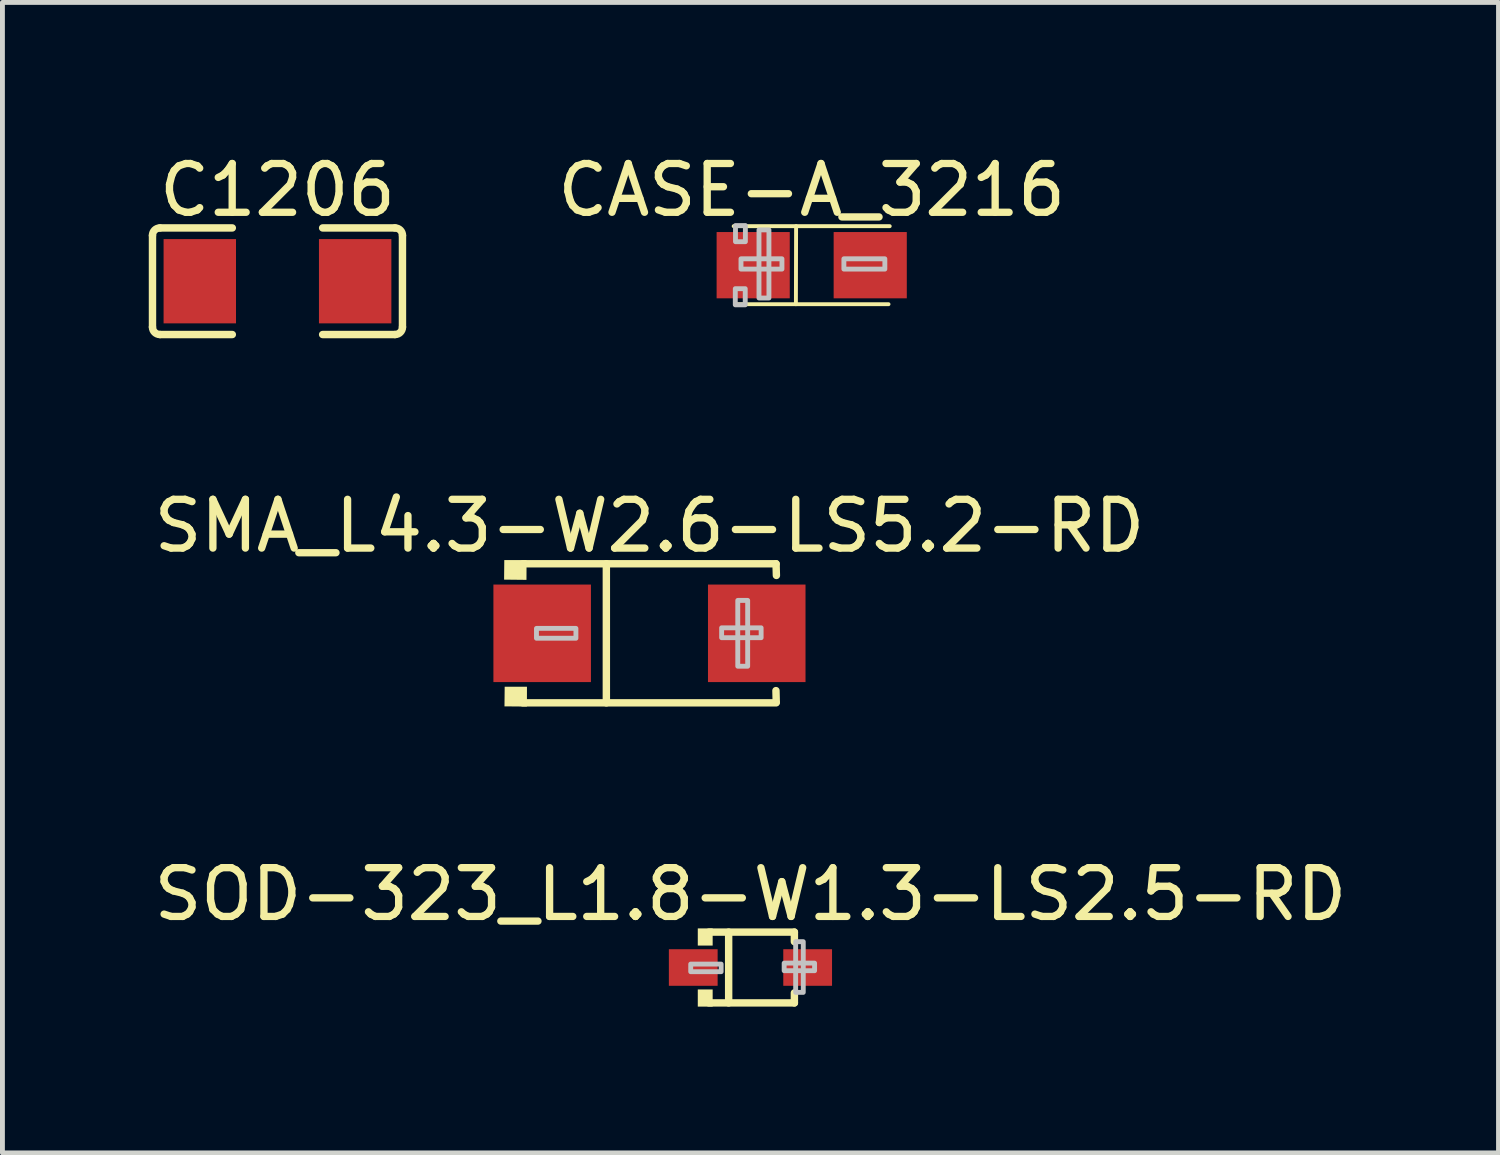
<source format=kicad_pcb>
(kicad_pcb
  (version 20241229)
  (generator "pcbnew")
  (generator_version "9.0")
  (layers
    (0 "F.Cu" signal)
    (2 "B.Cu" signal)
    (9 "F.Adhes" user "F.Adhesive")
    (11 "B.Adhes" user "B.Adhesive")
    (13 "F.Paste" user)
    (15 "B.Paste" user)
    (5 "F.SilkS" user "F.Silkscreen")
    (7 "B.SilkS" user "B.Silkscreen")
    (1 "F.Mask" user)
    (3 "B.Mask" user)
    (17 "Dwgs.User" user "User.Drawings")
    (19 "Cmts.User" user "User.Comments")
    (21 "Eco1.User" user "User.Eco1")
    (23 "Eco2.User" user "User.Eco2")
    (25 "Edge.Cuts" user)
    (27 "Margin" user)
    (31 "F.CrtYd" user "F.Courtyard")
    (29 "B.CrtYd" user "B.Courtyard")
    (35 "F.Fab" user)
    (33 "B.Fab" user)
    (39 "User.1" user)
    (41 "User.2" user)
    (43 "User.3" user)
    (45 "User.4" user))
  (footprint "CASE-A_3216"
    (layer "F.Cu")
    (at 13.595 2.388)
    (property "Reference" "CASE-A_3216" (at 0 -1.54 0) (layer "F.SilkS") (effects (font (size 1 1) (thickness 0.15))))
    (fp_line (start -1.6 -0.8) (end 1.6 -0.8) (stroke (width 0.08) (type default)) (layer "F.SilkS"))
    (fp_line (start -1.575 0.8) (end 1.575 0.8) (stroke (width 0.08) (type default)) (layer "F.SilkS"))
    (fp_line (start -0.324 0.8) (end -0.32 -0.8) (stroke (width 0.08) (type default)) (layer "F.SilkS"))
    (fp_poly (pts (xy -1.563 -0.813) (xy -1.36 -0.813) (xy -1.36 -0.482) (xy -1.563 -0.482)) (stroke (width 0.1) (type default)) (fill no) (layer "Dwgs.User"))
    (fp_poly (pts (xy -1.363 0.813) (xy -1.567 0.813) (xy -1.567 0.482) (xy -1.363 0.482)) (stroke (width 0.1) (type default)) (fill no) (layer "Dwgs.User"))
    (fp_poly (pts (xy -1.081 -0.724) (xy -0.877 -0.724) (xy -0.877 0.673) (xy -1.081 0.673)) (stroke (width 0.1) (type default)) (fill no) (layer "Dwgs.User"))
    (fp_poly (pts (xy -0.61 -0.131) (xy -0.61 0.08) (xy -1.45 0.08) (xy -1.45 -0.131)) (stroke (width 0.1) (type default)) (fill no) (layer "Dwgs.User"))
    (fp_poly (pts (xy 1.5 -0.131) (xy 1.5 0.08) (xy 0.66 0.08) (xy 0.66 -0.131)) (stroke (width 0.1) (type default)) (fill no) (layer "Dwgs.User"))
    (fp_poly (pts (xy -0.8 -0.625) (xy -0.8 0.575) (xy -1.6 0.575) (xy -1.6 -0.625)) (stroke (width 0.1) (type default)) (fill no) (layer "User.1"))
    (fp_poly (pts (xy 1.6 -0.625) (xy 1.6 0.575) (xy 0.8 0.575) (xy 0.8 -0.625)) (stroke (width 0.1) (type default)) (fill no) (layer "User.1"))
    (fp_line (start -1.6 -0.8) (end 1.6 -0.8) (stroke (width 0.051) (type default)) (layer "User.2"))
    (fp_line (start -1.6 0.8) (end -1.6 -0.8) (stroke (width 0.051) (type default)) (layer "User.2"))
    (fp_line (start 1.6 -0.8) (end 1.6 0.8) (stroke (width 0.051) (type default)) (layer "User.2"))
    (fp_line (start 1.6 0.8) (end -1.6 0.8) (stroke (width 0.051) (type default)) (layer "User.2"))
    (fp_poly (pts (xy -1.545 0.777) (xy -1.577 0.745) (xy -1.623 0.745) (xy -1.655 0.777) (xy -1.655 0.823) (xy -1.623 0.855) (xy -1.577 0.855) (xy -1.545 0.823)) (stroke (width 0.1) (type default)) (fill no) (layer "User.3"))
    (pad "1" smd rect (at -1.2 0) (size 1.5 1.359) (layers "F.Cu" "F.Mask" "F.Paste"))
    (pad "2" smd rect (at 1.2 0) (size 1.5 1.359) (layers "F.Cu" "F.Mask" "F.Paste")))
  (footprint "C1206"
    (layer "F.Cu")
    (at 2.64 2.717)
    (property "Reference" "C1206" (at 0 -1.869 0) (layer "F.SilkS") (effects (font (size 1 1) (thickness 0.15))))
    (fp_line (start -2.563 0.94) (end -2.563 -0.94) (stroke (width 0.152) (type default)) (layer "F.SilkS"))
    (fp_line (start -2.411 -1.093) (end -0.926 -1.093) (stroke (width 0.152) (type default)) (layer "F.SilkS"))
    (fp_line (start -0.926 1.093) (end -2.411 1.093) (stroke (width 0.152) (type default)) (layer "F.SilkS"))
    (fp_line (start 0.926 1.093) (end 2.411 1.093) (stroke (width 0.152) (type default)) (layer "F.SilkS"))
    (fp_line (start 2.411 -1.093) (end 0.926 -1.093) (stroke (width 0.152) (type default)) (layer "F.SilkS"))
    (fp_line (start 2.563 0.94) (end 2.563 -0.94) (stroke (width 0.152) (type default)) (layer "F.SilkS"))
    (fp_arc (start -2.5635 -0.94) (mid -2.518834 -1.047834) (end -2.411 -1.0925) (stroke (width 0.1525) (type default)) (layer "F.SilkS"))
    (fp_arc (start -2.411 1.0925) (mid -2.518834 1.047834) (end -2.5635 0.94) (stroke (width 0.1525) (type default)) (layer "F.SilkS"))
    (fp_arc (start 2.411 -1.0925) (mid 2.518834 -1.047834) (end 2.5635 -0.94) (stroke (width 0.1525) (type default)) (layer "F.SilkS"))
    (fp_arc (start 2.5635 0.94) (mid 2.518834 1.047834) (end 2.411 1.0925) (stroke (width 0.1525) (type default)) (layer "F.SilkS"))
    (fp_poly (pts (xy -0.85 0.764) (xy -0.85 0.394) (xy -0.95 0.294) (xy -1.255 0.294) (xy -1.355 0.194) (xy -1.355 -0.194) (xy -1.255 -0.294) (xy -0.95 -0.294) (xy -0.85 -0.394) (xy -0.85 -0.764) (xy -0.95 -0.864) (xy -2.235 -0.864) (xy -2.335 -0.764) (xy -2.335 0.764) (xy -2.235 0.864) (xy -0.95 0.864)) (stroke (width 0) (type default)) (fill yes) (layer "F.Paste"))
    (fp_poly (pts (xy 0.85 0.764) (xy 0.85 0.394) (xy 0.95 0.294) (xy 1.255 0.294) (xy 1.355 0.194) (xy 1.355 -0.194) (xy 1.255 -0.294) (xy 0.95 -0.294) (xy 0.85 -0.394) (xy 0.85 -0.764) (xy 0.95 -0.864) (xy 2.235 -0.864) (xy 2.335 -0.764) (xy 2.335 0.764) (xy 2.235 0.864) (xy 0.95 0.864)) (stroke (width 0) (type default)) (fill yes) (layer "F.Paste"))
    (fp_poly (pts (xy -1.6 0.8) (xy -1.6 -0.8) (xy -1.1 -0.8) (xy -1.1 0.8)) (stroke (width 0.1) (type default)) (fill no) (layer "User.1"))
    (fp_poly (pts (xy 1.6 0.8) (xy 1.6 -0.8) (xy 1.1 -0.8) (xy 1.1 0.8)) (stroke (width 0.1) (type default)) (fill no) (layer "User.1"))
    (fp_line (start -1.6 -0.8) (end 1.6 -0.8) (stroke (width 0.051) (type default)) (layer "User.2"))
    (fp_line (start -1.6 0.8) (end -1.6 -0.8) (stroke (width 0.051) (type default)) (layer "User.2"))
    (fp_line (start 1.6 -0.8) (end 1.6 0.8) (stroke (width 0.051) (type default)) (layer "User.2"))
    (fp_line (start 1.6 0.8) (end -1.6 0.8) (stroke (width 0.051) (type default)) (layer "User.2"))
    (fp_poly (pts (xy -1.545 0.777) (xy -1.577 0.745) (xy -1.623 0.745) (xy -1.655 0.777) (xy -1.655 0.823) (xy -1.623 0.855) (xy -1.577 0.855) (xy -1.545 0.823)) (stroke (width 0.1) (type default)) (fill no) (layer "User.3"))
    (pad "1" smd rect (at -1.593 0) (size 1.485 1.728) (layers "F.Cu" "F.Mask" "F.Paste"))
    (pad "2" smd rect (at 1.593 0) (size 1.485 1.728) (layers "F.Cu" "F.Mask" "F.Paste")))
  (footprint "SMA_L4.3-W2.6-LS5.2-RD"
    (layer "F.Cu")
    (at 10.268 9.937)
    (property "Reference" "SMA_L4.3-W2.6-LS5.2-RD" (at 0 -2.203 0) (layer "F.SilkS") (effects (font (size 1 1) (thickness 0.15))))
    (fp_line (start -2.596 -1.426) (end 2.596 -1.426) (stroke (width 0.152) (type default)) (layer "F.SilkS"))
    (fp_line (start -2.596 1.426) (end 2.596 1.426) (stroke (width 0.152) (type default)) (layer "F.SilkS"))
    (fp_line (start -0.884 -1.426) (end -0.884 1.426) (stroke (width 0.152) (type default)) (layer "F.SilkS"))
    (fp_line (start 2.594 1.175) (end 2.6 1.415) (stroke (width 0.152) (type default)) (layer "F.SilkS"))
    (fp_line (start 2.596 -1.426) (end 2.603 -1.187) (stroke (width 0.152) (type default)) (layer "F.SilkS"))
    (fp_poly (pts (xy -2.52 -1.502) (xy -2.522 -1.096) (xy -2.981 -1.101) (xy -2.977 -1.502)) (stroke (width 0) (type default)) (fill yes) (layer "F.SilkS"))
    (fp_poly (pts (xy -2.512 1.096) (xy -2.513 1.502) (xy -2.973 1.498) (xy -2.969 1.096)) (stroke (width 0) (type default)) (fill yes) (layer "F.SilkS"))
    (fp_poly (pts (xy -2.317 0.101) (xy -2.317 -0.101) (xy -1.508 -0.101) (xy -1.508 0.101)) (stroke (width 0.1) (type default)) (fill no) (layer "Dwgs.User"))
    (fp_poly (pts (xy 2.014 0.675) (xy 2.014 -0.675) (xy 1.811 -0.675) (xy 1.811 0.675)) (stroke (width 0.1) (type default)) (fill no) (layer "Dwgs.User"))
    (fp_poly (pts (xy 2.29 0.09) (xy 2.29 -0.113) (xy 1.48 -0.113) (xy 1.48 0.09)) (stroke (width 0.1) (type default)) (fill no) (layer "Dwgs.User"))
    (fp_poly (pts (xy -1.48 -0.725) (xy -1.48 0.725) (xy -2.605 0.725) (xy -2.605 -0.725)) (stroke (width 0.1) (type default)) (fill no) (layer "User.1"))
    (fp_poly (pts (xy 2.605 -0.725) (xy 2.605 0.725) (xy 1.48 0.725) (xy 1.48 -0.725)) (stroke (width 0.1) (type default)) (fill no) (layer "User.1"))
    (fp_line (start -2.16 -1.3) (end 2.16 -1.3) (stroke (width 0.051) (type default)) (layer "User.2"))
    (fp_line (start -2.16 1.3) (end -2.16 -1.3) (stroke (width 0.051) (type default)) (layer "User.2"))
    (fp_line (start 2.16 -1.3) (end 2.16 1.3) (stroke (width 0.051) (type default)) (layer "User.2"))
    (fp_line (start 2.16 1.3) (end -2.16 1.3) (stroke (width 0.051) (type default)) (layer "User.2"))
    (fp_poly (pts (xy -2.55 1.277) (xy -2.582 1.245) (xy -2.628 1.245) (xy -2.66 1.277) (xy -2.66 1.323) (xy -2.628 1.355) (xy -2.582 1.355) (xy -2.55 1.323)) (stroke (width 0.1) (type default)) (fill no) (layer "User.3"))
    (pad "1" smd rect (at -2.2 0 180) (size 2 2) (layers "F.Cu" "F.Mask" "F.Paste"))
    (pad "2" smd rect (at 2.2 0 180) (size 2 2) (layers "F.Cu" "F.Mask" "F.Paste")))
  (footprint "SOD-323_L1.8-W1.3-LS2.5-RD"
    (layer "F.Cu")
    (at 12.339 16.79)
    (property "Reference" "SOD-323_L1.8-W1.3-LS2.5-RD" (at 0 -1.502 0) (layer "F.SilkS") (effects (font (size 1 1) (thickness 0.15))))
    (fp_line (start -0.851 -0.726) (end 0.901 -0.726) (stroke (width 0.152) (type default)) (layer "F.SilkS"))
    (fp_line (start -0.851 0.726) (end 0.901 0.726) (stroke (width 0.152) (type default)) (layer "F.SilkS"))
    (fp_line (start -0.447 -0.726) (end -0.447 0.726) (stroke (width 0.152) (type default)) (layer "F.SilkS"))
    (fp_line (start 0.901 -0.726) (end 0.901 -0.53) (stroke (width 0.152) (type default)) (layer "F.SilkS"))
    (fp_line (start 0.901 0.726) (end 0.901 0.52) (stroke (width 0.152) (type default)) (layer "F.SilkS"))
    (fp_poly (pts (xy -0.775 -0.802) (xy -0.775 -0.45) (xy -1.08 -0.45) (xy -1.08 -0.802)) (stroke (width 0) (type default)) (fill yes) (layer "F.SilkS"))
    (fp_poly (pts (xy -0.775 0.802) (xy -0.775 0.45) (xy -1.08 0.45) (xy -1.08 0.802)) (stroke (width 0) (type default)) (fill yes) (layer "F.SilkS"))
    (fp_poly (pts (xy -1.225 -0.07) (xy -1.225 0.086) (xy -0.601 0.086) (xy -0.601 -0.07)) (stroke (width 0.1) (type default)) (fill no) (layer "Dwgs.User"))
    (fp_poly (pts (xy 1.083 -0.53) (xy 1.083 0.51) (xy 0.927 0.51) (xy 0.927 -0.53)) (stroke (width 0.1) (type default)) (fill no) (layer "Dwgs.User"))
    (fp_poly (pts (xy 1.315 -0.09) (xy 1.315 0.066) (xy 0.691 0.066) (xy 0.691 -0.09)) (stroke (width 0.1) (type default)) (fill no) (layer "Dwgs.User"))
    (fp_poly (pts (xy -0.925 -0.16) (xy -0.925 0.16) (xy -1.225 0.16) (xy -1.225 -0.16)) (stroke (width 0.1) (type default)) (fill no) (layer "User.1"))
    (fp_poly (pts (xy -0.815 -0.16) (xy -0.815 0.16) (xy -0.935 0.16) (xy -0.935 -0.16)) (stroke (width 0.1) (type default)) (fill no) (layer "User.1"))
    (fp_poly (pts (xy 0.985 -0.16) (xy 0.985 0.16) (xy 0.865 0.16) (xy 0.865 -0.16)) (stroke (width 0.1) (type default)) (fill no) (layer "User.1"))
    (fp_poly (pts (xy 1.275 -0.16) (xy 1.275 0.16) (xy 0.975 0.16) (xy 0.975 -0.16)) (stroke (width 0.1) (type default)) (fill no) (layer "User.1"))
    (fp_line (start -0.825 -0.65) (end 0.875 -0.65) (stroke (width 0.051) (type default)) (layer "User.2"))
    (fp_line (start -0.825 0.65) (end -0.825 -0.65) (stroke (width 0.051) (type default)) (layer "User.2"))
    (fp_line (start 0.875 -0.65) (end 0.875 0.65) (stroke (width 0.051) (type default)) (layer "User.2"))
    (fp_line (start 0.875 0.65) (end -0.825 0.65) (stroke (width 0.051) (type default)) (layer "User.2"))
    (fp_poly (pts (xy -1.17 0.627) (xy -1.202 0.595) (xy -1.248 0.595) (xy -1.28 0.627) (xy -1.28 0.673) (xy -1.248 0.705) (xy -1.202 0.705) (xy -1.17 0.673)) (stroke (width 0.1) (type default)) (fill no) (layer "User.3"))
    (pad "1" smd rect (at -1.173 0) (size 1 0.75) (layers "F.Cu" "F.Mask" "F.Paste"))
    (pad "2" smd rect (at 1.173 0) (size 1 0.75) (layers "F.Cu" "F.Mask" "F.Paste")))
  (gr_rect
    (start -3 -3)
    (end 27.679 20.592)
    (stroke (width 0.1) (type default))
    (fill no)
    (layer "Edge.Cuts")))
</source>
